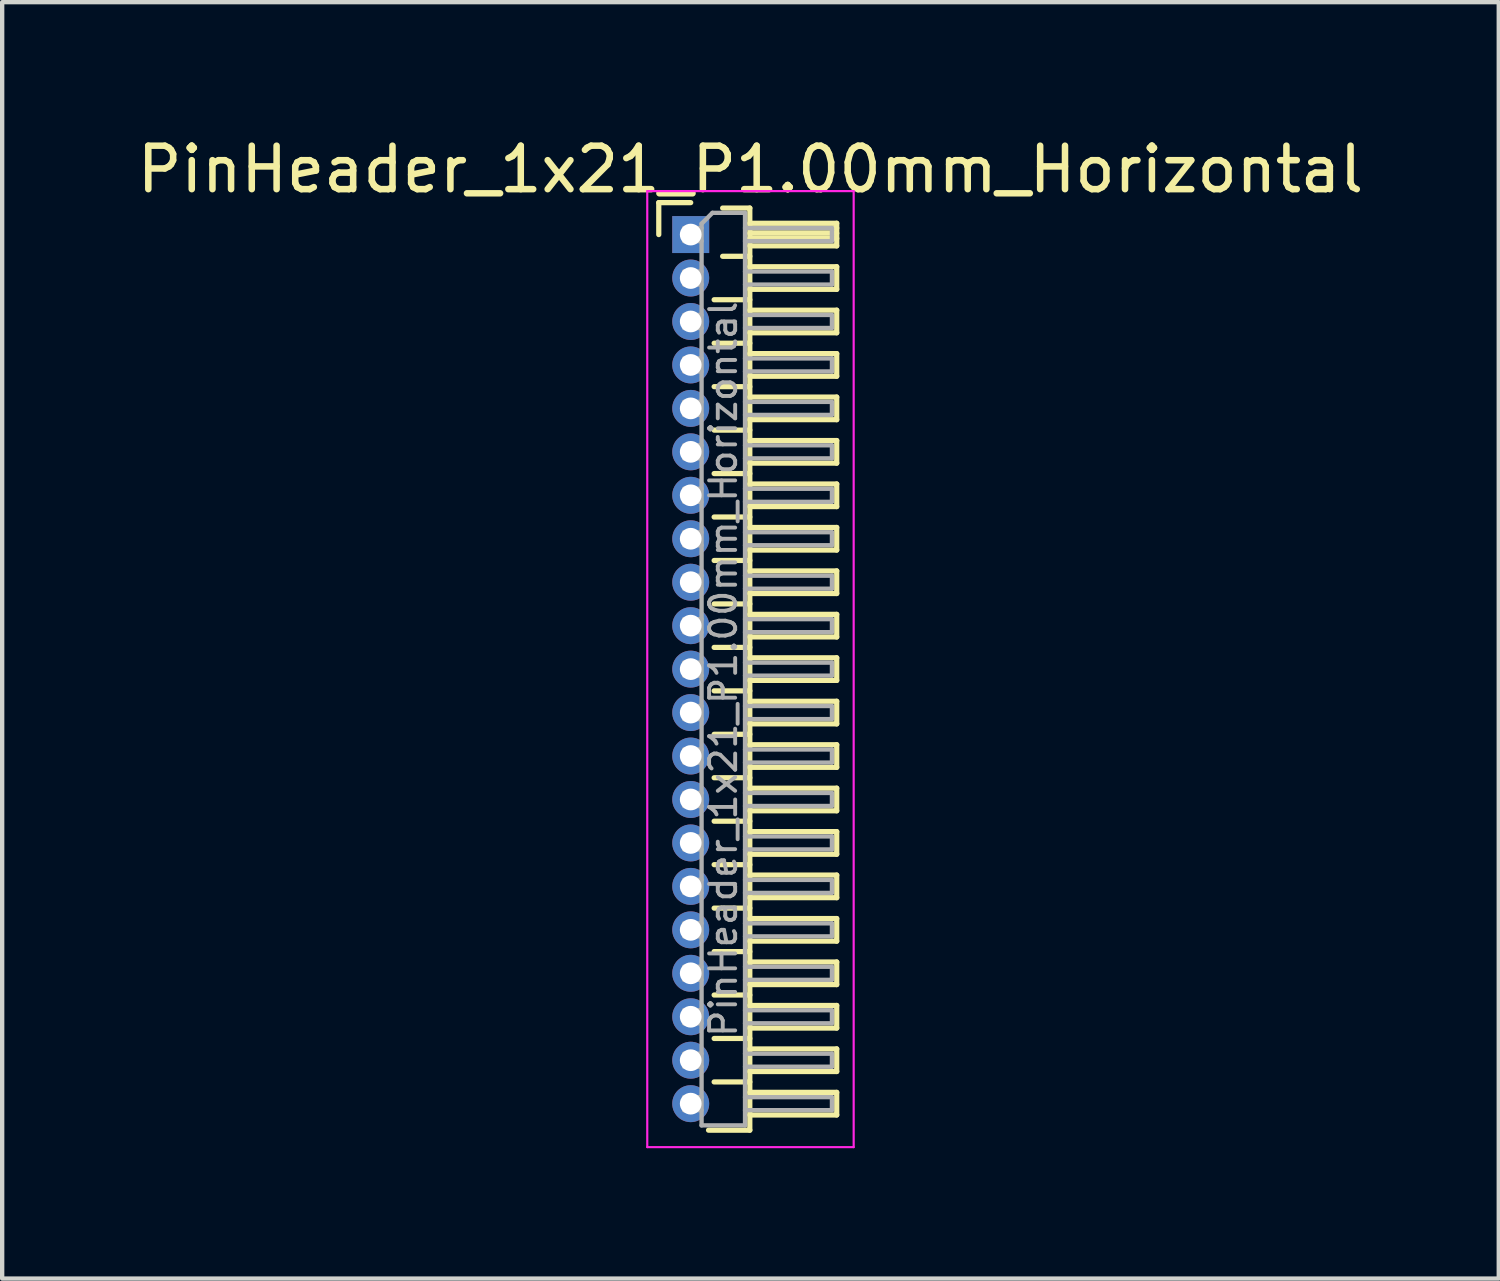
<source format=kicad_pcb>
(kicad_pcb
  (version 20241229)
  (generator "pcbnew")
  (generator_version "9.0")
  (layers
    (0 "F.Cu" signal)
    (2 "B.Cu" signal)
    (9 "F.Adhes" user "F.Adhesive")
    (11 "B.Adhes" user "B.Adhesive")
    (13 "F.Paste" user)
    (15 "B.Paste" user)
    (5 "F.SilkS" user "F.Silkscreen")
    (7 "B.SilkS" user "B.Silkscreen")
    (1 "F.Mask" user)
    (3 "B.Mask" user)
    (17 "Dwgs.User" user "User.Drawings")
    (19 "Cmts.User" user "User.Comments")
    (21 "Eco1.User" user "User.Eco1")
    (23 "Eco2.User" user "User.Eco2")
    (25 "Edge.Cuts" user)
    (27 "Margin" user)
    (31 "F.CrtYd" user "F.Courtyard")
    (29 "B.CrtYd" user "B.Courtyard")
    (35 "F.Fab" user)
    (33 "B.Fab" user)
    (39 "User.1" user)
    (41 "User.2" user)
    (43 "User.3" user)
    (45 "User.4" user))
  (footprint "PinHeader_1x21_P1.00mm_Horizontal"
    (layer "F.Cu")
    (at 12.845 2.348)
    (property "Reference" "PinHeader_1x21_P1.00mm_Horizontal" (at 1.375 -1.5 0) (layer "F.SilkS") (effects (font (size 1 1) (thickness 0.15))))
    (attr through_hole)
    (fp_line (start -0.735 -0.735) (end 0 -0.735) (stroke (width 0.12) (type solid)) (layer "F.SilkS"))
    (fp_line (start -0.735 0) (end -0.735 -0.735) (stroke (width 0.12) (type solid)) (layer "F.SilkS"))
    (fp_line (start 0.539 1.5) (end 1.36 1.5) (stroke (width 0.12) (type solid)) (layer "F.SilkS"))
    (fp_line (start 0.539 2.5) (end 1.36 2.5) (stroke (width 0.12) (type solid)) (layer "F.SilkS"))
    (fp_line (start 0.539 3.5) (end 1.36 3.5) (stroke (width 0.12) (type solid)) (layer "F.SilkS"))
    (fp_line (start 0.539 4.5) (end 1.36 4.5) (stroke (width 0.12) (type solid)) (layer "F.SilkS"))
    (fp_line (start 0.539 5.5) (end 1.36 5.5) (stroke (width 0.12) (type solid)) (layer "F.SilkS"))
    (fp_line (start 0.539 6.5) (end 1.36 6.5) (stroke (width 0.12) (type solid)) (layer "F.SilkS"))
    (fp_line (start 0.539 7.5) (end 1.36 7.5) (stroke (width 0.12) (type solid)) (layer "F.SilkS"))
    (fp_line (start 0.539 8.5) (end 1.36 8.5) (stroke (width 0.12) (type solid)) (layer "F.SilkS"))
    (fp_line (start 0.539 9.5) (end 1.36 9.5) (stroke (width 0.12) (type solid)) (layer "F.SilkS"))
    (fp_line (start 0.539 10.5) (end 1.36 10.5) (stroke (width 0.12) (type solid)) (layer "F.SilkS"))
    (fp_line (start 0.539 11.5) (end 1.36 11.5) (stroke (width 0.12) (type solid)) (layer "F.SilkS"))
    (fp_line (start 0.539 12.5) (end 1.36 12.5) (stroke (width 0.12) (type solid)) (layer "F.SilkS"))
    (fp_line (start 0.539 13.5) (end 1.36 13.5) (stroke (width 0.12) (type solid)) (layer "F.SilkS"))
    (fp_line (start 0.539 14.5) (end 1.36 14.5) (stroke (width 0.12) (type solid)) (layer "F.SilkS"))
    (fp_line (start 0.539 15.5) (end 1.36 15.5) (stroke (width 0.12) (type solid)) (layer "F.SilkS"))
    (fp_line (start 0.539 16.5) (end 1.36 16.5) (stroke (width 0.12) (type solid)) (layer "F.SilkS"))
    (fp_line (start 0.539 17.5) (end 1.36 17.5) (stroke (width 0.12) (type solid)) (layer "F.SilkS"))
    (fp_line (start 0.539 18.5) (end 1.36 18.5) (stroke (width 0.12) (type solid)) (layer "F.SilkS"))
    (fp_line (start 0.539 19.5) (end 1.36 19.5) (stroke (width 0.12) (type solid)) (layer "F.SilkS"))
    (fp_line (start 0.735 -0.61) (end 1.36 -0.61) (stroke (width 0.12) (type solid)) (layer "F.SilkS"))
    (fp_line (start 0.735 0.5) (end 1.36 0.5) (stroke (width 0.12) (type solid)) (layer "F.SilkS"))
    (fp_line (start 1.36 -0.61) (end 1.36 20.61) (stroke (width 0.12) (type solid)) (layer "F.SilkS"))
    (fp_line (start 1.36 -0.26) (end 3.36 -0.26) (stroke (width 0.12) (type solid)) (layer "F.SilkS"))
    (fp_line (start 1.36 -0.15) (end 3.36 -0.15) (stroke (width 0.12) (type solid)) (layer "F.SilkS"))
    (fp_line (start 1.36 -0.03) (end 3.36 -0.03) (stroke (width 0.12) (type solid)) (layer "F.SilkS"))
    (fp_line (start 1.36 0.09) (end 3.36 0.09) (stroke (width 0.12) (type solid)) (layer "F.SilkS"))
    (fp_line (start 1.36 0.74) (end 3.36 0.74) (stroke (width 0.12) (type solid)) (layer "F.SilkS"))
    (fp_line (start 1.36 1.74) (end 3.36 1.74) (stroke (width 0.12) (type solid)) (layer "F.SilkS"))
    (fp_line (start 1.36 2.74) (end 3.36 2.74) (stroke (width 0.12) (type solid)) (layer "F.SilkS"))
    (fp_line (start 1.36 3.74) (end 3.36 3.74) (stroke (width 0.12) (type solid)) (layer "F.SilkS"))
    (fp_line (start 1.36 4.74) (end 3.36 4.74) (stroke (width 0.12) (type solid)) (layer "F.SilkS"))
    (fp_line (start 1.36 5.74) (end 3.36 5.74) (stroke (width 0.12) (type solid)) (layer "F.SilkS"))
    (fp_line (start 1.36 6.74) (end 3.36 6.74) (stroke (width 0.12) (type solid)) (layer "F.SilkS"))
    (fp_line (start 1.36 7.74) (end 3.36 7.74) (stroke (width 0.12) (type solid)) (layer "F.SilkS"))
    (fp_line (start 1.36 8.74) (end 3.36 8.74) (stroke (width 0.12) (type solid)) (layer "F.SilkS"))
    (fp_line (start 1.36 9.74) (end 3.36 9.74) (stroke (width 0.12) (type solid)) (layer "F.SilkS"))
    (fp_line (start 1.36 10.74) (end 3.36 10.74) (stroke (width 0.12) (type solid)) (layer "F.SilkS"))
    (fp_line (start 1.36 11.74) (end 3.36 11.74) (stroke (width 0.12) (type solid)) (layer "F.SilkS"))
    (fp_line (start 1.36 12.74) (end 3.36 12.74) (stroke (width 0.12) (type solid)) (layer "F.SilkS"))
    (fp_line (start 1.36 13.74) (end 3.36 13.74) (stroke (width 0.12) (type solid)) (layer "F.SilkS"))
    (fp_line (start 1.36 14.74) (end 3.36 14.74) (stroke (width 0.12) (type solid)) (layer "F.SilkS"))
    (fp_line (start 1.36 15.74) (end 3.36 15.74) (stroke (width 0.12) (type solid)) (layer "F.SilkS"))
    (fp_line (start 1.36 16.74) (end 3.36 16.74) (stroke (width 0.12) (type solid)) (layer "F.SilkS"))
    (fp_line (start 1.36 17.74) (end 3.36 17.74) (stroke (width 0.12) (type solid)) (layer "F.SilkS"))
    (fp_line (start 1.36 18.74) (end 3.36 18.74) (stroke (width 0.12) (type solid)) (layer "F.SilkS"))
    (fp_line (start 1.36 19.74) (end 3.36 19.74) (stroke (width 0.12) (type solid)) (layer "F.SilkS"))
    (fp_line (start 1.36 20.61) (end 0.41 20.61) (stroke (width 0.12) (type solid)) (layer "F.SilkS"))
    (fp_line (start 3.36 -0.26) (end 3.36 0.26) (stroke (width 0.12) (type solid)) (layer "F.SilkS"))
    (fp_line (start 3.36 0.26) (end 1.36 0.26) (stroke (width 0.12) (type solid)) (layer "F.SilkS"))
    (fp_line (start 3.36 0.74) (end 3.36 1.26) (stroke (width 0.12) (type solid)) (layer "F.SilkS"))
    (fp_line (start 3.36 1.26) (end 1.36 1.26) (stroke (width 0.12) (type solid)) (layer "F.SilkS"))
    (fp_line (start 3.36 1.74) (end 3.36 2.26) (stroke (width 0.12) (type solid)) (layer "F.SilkS"))
    (fp_line (start 3.36 2.26) (end 1.36 2.26) (stroke (width 0.12) (type solid)) (layer "F.SilkS"))
    (fp_line (start 3.36 2.74) (end 3.36 3.26) (stroke (width 0.12) (type solid)) (layer "F.SilkS"))
    (fp_line (start 3.36 3.26) (end 1.36 3.26) (stroke (width 0.12) (type solid)) (layer "F.SilkS"))
    (fp_line (start 3.36 3.74) (end 3.36 4.26) (stroke (width 0.12) (type solid)) (layer "F.SilkS"))
    (fp_line (start 3.36 4.26) (end 1.36 4.26) (stroke (width 0.12) (type solid)) (layer "F.SilkS"))
    (fp_line (start 3.36 4.74) (end 3.36 5.26) (stroke (width 0.12) (type solid)) (layer "F.SilkS"))
    (fp_line (start 3.36 5.26) (end 1.36 5.26) (stroke (width 0.12) (type solid)) (layer "F.SilkS"))
    (fp_line (start 3.36 5.74) (end 3.36 6.26) (stroke (width 0.12) (type solid)) (layer "F.SilkS"))
    (fp_line (start 3.36 6.26) (end 1.36 6.26) (stroke (width 0.12) (type solid)) (layer "F.SilkS"))
    (fp_line (start 3.36 6.74) (end 3.36 7.26) (stroke (width 0.12) (type solid)) (layer "F.SilkS"))
    (fp_line (start 3.36 7.26) (end 1.36 7.26) (stroke (width 0.12) (type solid)) (layer "F.SilkS"))
    (fp_line (start 3.36 7.74) (end 3.36 8.26) (stroke (width 0.12) (type solid)) (layer "F.SilkS"))
    (fp_line (start 3.36 8.26) (end 1.36 8.26) (stroke (width 0.12) (type solid)) (layer "F.SilkS"))
    (fp_line (start 3.36 8.74) (end 3.36 9.26) (stroke (width 0.12) (type solid)) (layer "F.SilkS"))
    (fp_line (start 3.36 9.26) (end 1.36 9.26) (stroke (width 0.12) (type solid)) (layer "F.SilkS"))
    (fp_line (start 3.36 9.74) (end 3.36 10.26) (stroke (width 0.12) (type solid)) (layer "F.SilkS"))
    (fp_line (start 3.36 10.26) (end 1.36 10.26) (stroke (width 0.12) (type solid)) (layer "F.SilkS"))
    (fp_line (start 3.36 10.74) (end 3.36 11.26) (stroke (width 0.12) (type solid)) (layer "F.SilkS"))
    (fp_line (start 3.36 11.26) (end 1.36 11.26) (stroke (width 0.12) (type solid)) (layer "F.SilkS"))
    (fp_line (start 3.36 11.74) (end 3.36 12.26) (stroke (width 0.12) (type solid)) (layer "F.SilkS"))
    (fp_line (start 3.36 12.26) (end 1.36 12.26) (stroke (width 0.12) (type solid)) (layer "F.SilkS"))
    (fp_line (start 3.36 12.74) (end 3.36 13.26) (stroke (width 0.12) (type solid)) (layer "F.SilkS"))
    (fp_line (start 3.36 13.26) (end 1.36 13.26) (stroke (width 0.12) (type solid)) (layer "F.SilkS"))
    (fp_line (start 3.36 13.74) (end 3.36 14.26) (stroke (width 0.12) (type solid)) (layer "F.SilkS"))
    (fp_line (start 3.36 14.26) (end 1.36 14.26) (stroke (width 0.12) (type solid)) (layer "F.SilkS"))
    (fp_line (start 3.36 14.74) (end 3.36 15.26) (stroke (width 0.12) (type solid)) (layer "F.SilkS"))
    (fp_line (start 3.36 15.26) (end 1.36 15.26) (stroke (width 0.12) (type solid)) (layer "F.SilkS"))
    (fp_line (start 3.36 15.74) (end 3.36 16.26) (stroke (width 0.12) (type solid)) (layer "F.SilkS"))
    (fp_line (start 3.36 16.26) (end 1.36 16.26) (stroke (width 0.12) (type solid)) (layer "F.SilkS"))
    (fp_line (start 3.36 16.74) (end 3.36 17.26) (stroke (width 0.12) (type solid)) (layer "F.SilkS"))
    (fp_line (start 3.36 17.26) (end 1.36 17.26) (stroke (width 0.12) (type solid)) (layer "F.SilkS"))
    (fp_line (start 3.36 17.74) (end 3.36 18.26) (stroke (width 0.12) (type solid)) (layer "F.SilkS"))
    (fp_line (start 3.36 18.26) (end 1.36 18.26) (stroke (width 0.12) (type solid)) (layer "F.SilkS"))
    (fp_line (start 3.36 18.74) (end 3.36 19.26) (stroke (width 0.12) (type solid)) (layer "F.SilkS"))
    (fp_line (start 3.36 19.26) (end 1.36 19.26) (stroke (width 0.12) (type solid)) (layer "F.SilkS"))
    (fp_line (start 3.36 19.74) (end 3.36 20.26) (stroke (width 0.12) (type solid)) (layer "F.SilkS"))
    (fp_line (start 3.36 20.26) (end 1.36 20.26) (stroke (width 0.12) (type solid)) (layer "F.SilkS"))
    (fp_line (start -1 -1) (end -1 21) (stroke (width 0.05) (type solid)) (layer "F.CrtYd"))
    (fp_line (start -1 21) (end 3.75 21) (stroke (width 0.05) (type solid)) (layer "F.CrtYd"))
    (fp_line (start 3.75 -1) (end -1 -1) (stroke (width 0.05) (type solid)) (layer "F.CrtYd"))
    (fp_line (start 3.75 21) (end 3.75 -1) (stroke (width 0.05) (type solid)) (layer "F.CrtYd"))
    (fp_line (start -0.15 -0.15) (end -0.15 0.15) (stroke (width 0.1) (type solid)) (layer "F.Fab"))
    (fp_line (start -0.15 -0.15) (end 0.25 -0.15) (stroke (width 0.1) (type solid)) (layer "F.Fab"))
    (fp_line (start -0.15 0.15) (end 0.25 0.15) (stroke (width 0.1) (type solid)) (layer "F.Fab"))
    (fp_line (start -0.15 0.85) (end -0.15 1.15) (stroke (width 0.1) (type solid)) (layer "F.Fab"))
    (fp_line (start -0.15 0.85) (end 0.25 0.85) (stroke (width 0.1) (type solid)) (layer "F.Fab"))
    (fp_line (start -0.15 1.15) (end 0.25 1.15) (stroke (width 0.1) (type solid)) (layer "F.Fab"))
    (fp_line (start -0.15 1.85) (end -0.15 2.15) (stroke (width 0.1) (type solid)) (layer "F.Fab"))
    (fp_line (start -0.15 1.85) (end 0.25 1.85) (stroke (width 0.1) (type solid)) (layer "F.Fab"))
    (fp_line (start -0.15 2.15) (end 0.25 2.15) (stroke (width 0.1) (type solid)) (layer "F.Fab"))
    (fp_line (start -0.15 2.85) (end -0.15 3.15) (stroke (width 0.1) (type solid)) (layer "F.Fab"))
    (fp_line (start -0.15 2.85) (end 0.25 2.85) (stroke (width 0.1) (type solid)) (layer "F.Fab"))
    (fp_line (start -0.15 3.15) (end 0.25 3.15) (stroke (width 0.1) (type solid)) (layer "F.Fab"))
    (fp_line (start -0.15 3.85) (end -0.15 4.15) (stroke (width 0.1) (type solid)) (layer "F.Fab"))
    (fp_line (start -0.15 3.85) (end 0.25 3.85) (stroke (width 0.1) (type solid)) (layer "F.Fab"))
    (fp_line (start -0.15 4.15) (end 0.25 4.15) (stroke (width 0.1) (type solid)) (layer "F.Fab"))
    (fp_line (start -0.15 4.85) (end -0.15 5.15) (stroke (width 0.1) (type solid)) (layer "F.Fab"))
    (fp_line (start -0.15 4.85) (end 0.25 4.85) (stroke (width 0.1) (type solid)) (layer "F.Fab"))
    (fp_line (start -0.15 5.15) (end 0.25 5.15) (stroke (width 0.1) (type solid)) (layer "F.Fab"))
    (fp_line (start -0.15 5.85) (end -0.15 6.15) (stroke (width 0.1) (type solid)) (layer "F.Fab"))
    (fp_line (start -0.15 5.85) (end 0.25 5.85) (stroke (width 0.1) (type solid)) (layer "F.Fab"))
    (fp_line (start -0.15 6.15) (end 0.25 6.15) (stroke (width 0.1) (type solid)) (layer "F.Fab"))
    (fp_line (start -0.15 6.85) (end -0.15 7.15) (stroke (width 0.1) (type solid)) (layer "F.Fab"))
    (fp_line (start -0.15 6.85) (end 0.25 6.85) (stroke (width 0.1) (type solid)) (layer "F.Fab"))
    (fp_line (start -0.15 7.15) (end 0.25 7.15) (stroke (width 0.1) (type solid)) (layer "F.Fab"))
    (fp_line (start -0.15 7.85) (end -0.15 8.15) (stroke (width 0.1) (type solid)) (layer "F.Fab"))
    (fp_line (start -0.15 7.85) (end 0.25 7.85) (stroke (width 0.1) (type solid)) (layer "F.Fab"))
    (fp_line (start -0.15 8.15) (end 0.25 8.15) (stroke (width 0.1) (type solid)) (layer "F.Fab"))
    (fp_line (start -0.15 8.85) (end -0.15 9.15) (stroke (width 0.1) (type solid)) (layer "F.Fab"))
    (fp_line (start -0.15 8.85) (end 0.25 8.85) (stroke (width 0.1) (type solid)) (layer "F.Fab"))
    (fp_line (start -0.15 9.15) (end 0.25 9.15) (stroke (width 0.1) (type solid)) (layer "F.Fab"))
    (fp_line (start -0.15 9.85) (end -0.15 10.15) (stroke (width 0.1) (type solid)) (layer "F.Fab"))
    (fp_line (start -0.15 9.85) (end 0.25 9.85) (stroke (width 0.1) (type solid)) (layer "F.Fab"))
    (fp_line (start -0.15 10.15) (end 0.25 10.15) (stroke (width 0.1) (type solid)) (layer "F.Fab"))
    (fp_line (start -0.15 10.85) (end -0.15 11.15) (stroke (width 0.1) (type solid)) (layer "F.Fab"))
    (fp_line (start -0.15 10.85) (end 0.25 10.85) (stroke (width 0.1) (type solid)) (layer "F.Fab"))
    (fp_line (start -0.15 11.15) (end 0.25 11.15) (stroke (width 0.1) (type solid)) (layer "F.Fab"))
    (fp_line (start -0.15 11.85) (end -0.15 12.15) (stroke (width 0.1) (type solid)) (layer "F.Fab"))
    (fp_line (start -0.15 11.85) (end 0.25 11.85) (stroke (width 0.1) (type solid)) (layer "F.Fab"))
    (fp_line (start -0.15 12.15) (end 0.25 12.15) (stroke (width 0.1) (type solid)) (layer "F.Fab"))
    (fp_line (start -0.15 12.85) (end -0.15 13.15) (stroke (width 0.1) (type solid)) (layer "F.Fab"))
    (fp_line (start -0.15 12.85) (end 0.25 12.85) (stroke (width 0.1) (type solid)) (layer "F.Fab"))
    (fp_line (start -0.15 13.15) (end 0.25 13.15) (stroke (width 0.1) (type solid)) (layer "F.Fab"))
    (fp_line (start -0.15 13.85) (end -0.15 14.15) (stroke (width 0.1) (type solid)) (layer "F.Fab"))
    (fp_line (start -0.15 13.85) (end 0.25 13.85) (stroke (width 0.1) (type solid)) (layer "F.Fab"))
    (fp_line (start -0.15 14.15) (end 0.25 14.15) (stroke (width 0.1) (type solid)) (layer "F.Fab"))
    (fp_line (start -0.15 14.85) (end -0.15 15.15) (stroke (width 0.1) (type solid)) (layer "F.Fab"))
    (fp_line (start -0.15 14.85) (end 0.25 14.85) (stroke (width 0.1) (type solid)) (layer "F.Fab"))
    (fp_line (start -0.15 15.15) (end 0.25 15.15) (stroke (width 0.1) (type solid)) (layer "F.Fab"))
    (fp_line (start -0.15 15.85) (end -0.15 16.15) (stroke (width 0.1) (type solid)) (layer "F.Fab"))
    (fp_line (start -0.15 15.85) (end 0.25 15.85) (stroke (width 0.1) (type solid)) (layer "F.Fab"))
    (fp_line (start -0.15 16.15) (end 0.25 16.15) (stroke (width 0.1) (type solid)) (layer "F.Fab"))
    (fp_line (start -0.15 16.85) (end -0.15 17.15) (stroke (width 0.1) (type solid)) (layer "F.Fab"))
    (fp_line (start -0.15 16.85) (end 0.25 16.85) (stroke (width 0.1) (type solid)) (layer "F.Fab"))
    (fp_line (start -0.15 17.15) (end 0.25 17.15) (stroke (width 0.1) (type solid)) (layer "F.Fab"))
    (fp_line (start -0.15 17.85) (end -0.15 18.15) (stroke (width 0.1) (type solid)) (layer "F.Fab"))
    (fp_line (start -0.15 17.85) (end 0.25 17.85) (stroke (width 0.1) (type solid)) (layer "F.Fab"))
    (fp_line (start -0.15 18.15) (end 0.25 18.15) (stroke (width 0.1) (type solid)) (layer "F.Fab"))
    (fp_line (start -0.15 18.85) (end -0.15 19.15) (stroke (width 0.1) (type solid)) (layer "F.Fab"))
    (fp_line (start -0.15 18.85) (end 0.25 18.85) (stroke (width 0.1) (type solid)) (layer "F.Fab"))
    (fp_line (start -0.15 19.15) (end 0.25 19.15) (stroke (width 0.1) (type solid)) (layer "F.Fab"))
    (fp_line (start -0.15 19.85) (end -0.15 20.15) (stroke (width 0.1) (type solid)) (layer "F.Fab"))
    (fp_line (start -0.15 19.85) (end 0.25 19.85) (stroke (width 0.1) (type solid)) (layer "F.Fab"))
    (fp_line (start -0.15 20.15) (end 0.25 20.15) (stroke (width 0.1) (type solid)) (layer "F.Fab"))
    (fp_line (start 0.25 -0.25) (end 0.5 -0.5) (stroke (width 0.1) (type solid)) (layer "F.Fab"))
    (fp_line (start 0.25 20.5) (end 0.25 -0.25) (stroke (width 0.1) (type solid)) (layer "F.Fab"))
    (fp_line (start 0.5 -0.5) (end 1.25 -0.5) (stroke (width 0.1) (type solid)) (layer "F.Fab"))
    (fp_line (start 1.25 -0.5) (end 1.25 20.5) (stroke (width 0.1) (type solid)) (layer "F.Fab"))
    (fp_line (start 1.25 -0.15) (end 3.25 -0.15) (stroke (width 0.1) (type solid)) (layer "F.Fab"))
    (fp_line (start 1.25 0.15) (end 3.25 0.15) (stroke (width 0.1) (type solid)) (layer "F.Fab"))
    (fp_line (start 1.25 0.85) (end 3.25 0.85) (stroke (width 0.1) (type solid)) (layer "F.Fab"))
    (fp_line (start 1.25 1.15) (end 3.25 1.15) (stroke (width 0.1) (type solid)) (layer "F.Fab"))
    (fp_line (start 1.25 1.85) (end 3.25 1.85) (stroke (width 0.1) (type solid)) (layer "F.Fab"))
    (fp_line (start 1.25 2.15) (end 3.25 2.15) (stroke (width 0.1) (type solid)) (layer "F.Fab"))
    (fp_line (start 1.25 2.85) (end 3.25 2.85) (stroke (width 0.1) (type solid)) (layer "F.Fab"))
    (fp_line (start 1.25 3.15) (end 3.25 3.15) (stroke (width 0.1) (type solid)) (layer "F.Fab"))
    (fp_line (start 1.25 3.85) (end 3.25 3.85) (stroke (width 0.1) (type solid)) (layer "F.Fab"))
    (fp_line (start 1.25 4.15) (end 3.25 4.15) (stroke (width 0.1) (type solid)) (layer "F.Fab"))
    (fp_line (start 1.25 4.85) (end 3.25 4.85) (stroke (width 0.1) (type solid)) (layer "F.Fab"))
    (fp_line (start 1.25 5.15) (end 3.25 5.15) (stroke (width 0.1) (type solid)) (layer "F.Fab"))
    (fp_line (start 1.25 5.85) (end 3.25 5.85) (stroke (width 0.1) (type solid)) (layer "F.Fab"))
    (fp_line (start 1.25 6.15) (end 3.25 6.15) (stroke (width 0.1) (type solid)) (layer "F.Fab"))
    (fp_line (start 1.25 6.85) (end 3.25 6.85) (stroke (width 0.1) (type solid)) (layer "F.Fab"))
    (fp_line (start 1.25 7.15) (end 3.25 7.15) (stroke (width 0.1) (type solid)) (layer "F.Fab"))
    (fp_line (start 1.25 7.85) (end 3.25 7.85) (stroke (width 0.1) (type solid)) (layer "F.Fab"))
    (fp_line (start 1.25 8.15) (end 3.25 8.15) (stroke (width 0.1) (type solid)) (layer "F.Fab"))
    (fp_line (start 1.25 8.85) (end 3.25 8.85) (stroke (width 0.1) (type solid)) (layer "F.Fab"))
    (fp_line (start 1.25 9.15) (end 3.25 9.15) (stroke (width 0.1) (type solid)) (layer "F.Fab"))
    (fp_line (start 1.25 9.85) (end 3.25 9.85) (stroke (width 0.1) (type solid)) (layer "F.Fab"))
    (fp_line (start 1.25 10.15) (end 3.25 10.15) (stroke (width 0.1) (type solid)) (layer "F.Fab"))
    (fp_line (start 1.25 10.85) (end 3.25 10.85) (stroke (width 0.1) (type solid)) (layer "F.Fab"))
    (fp_line (start 1.25 11.15) (end 3.25 11.15) (stroke (width 0.1) (type solid)) (layer "F.Fab"))
    (fp_line (start 1.25 11.85) (end 3.25 11.85) (stroke (width 0.1) (type solid)) (layer "F.Fab"))
    (fp_line (start 1.25 12.15) (end 3.25 12.15) (stroke (width 0.1) (type solid)) (layer "F.Fab"))
    (fp_line (start 1.25 12.85) (end 3.25 12.85) (stroke (width 0.1) (type solid)) (layer "F.Fab"))
    (fp_line (start 1.25 13.15) (end 3.25 13.15) (stroke (width 0.1) (type solid)) (layer "F.Fab"))
    (fp_line (start 1.25 13.85) (end 3.25 13.85) (stroke (width 0.1) (type solid)) (layer "F.Fab"))
    (fp_line (start 1.25 14.15) (end 3.25 14.15) (stroke (width 0.1) (type solid)) (layer "F.Fab"))
    (fp_line (start 1.25 14.85) (end 3.25 14.85) (stroke (width 0.1) (type solid)) (layer "F.Fab"))
    (fp_line (start 1.25 15.15) (end 3.25 15.15) (stroke (width 0.1) (type solid)) (layer "F.Fab"))
    (fp_line (start 1.25 15.85) (end 3.25 15.85) (stroke (width 0.1) (type solid)) (layer "F.Fab"))
    (fp_line (start 1.25 16.15) (end 3.25 16.15) (stroke (width 0.1) (type solid)) (layer "F.Fab"))
    (fp_line (start 1.25 16.85) (end 3.25 16.85) (stroke (width 0.1) (type solid)) (layer "F.Fab"))
    (fp_line (start 1.25 17.15) (end 3.25 17.15) (stroke (width 0.1) (type solid)) (layer "F.Fab"))
    (fp_line (start 1.25 17.85) (end 3.25 17.85) (stroke (width 0.1) (type solid)) (layer "F.Fab"))
    (fp_line (start 1.25 18.15) (end 3.25 18.15) (stroke (width 0.1) (type solid)) (layer "F.Fab"))
    (fp_line (start 1.25 18.85) (end 3.25 18.85) (stroke (width 0.1) (type solid)) (layer "F.Fab"))
    (fp_line (start 1.25 19.15) (end 3.25 19.15) (stroke (width 0.1) (type solid)) (layer "F.Fab"))
    (fp_line (start 1.25 19.85) (end 3.25 19.85) (stroke (width 0.1) (type solid)) (layer "F.Fab"))
    (fp_line (start 1.25 20.15) (end 3.25 20.15) (stroke (width 0.1) (type solid)) (layer "F.Fab"))
    (fp_line (start 1.25 20.5) (end 0.25 20.5) (stroke (width 0.1) (type solid)) (layer "F.Fab"))
    (fp_line (start 3.25 -0.15) (end 3.25 0.15) (stroke (width 0.1) (type solid)) (layer "F.Fab"))
    (fp_line (start 3.25 0.85) (end 3.25 1.15) (stroke (width 0.1) (type solid)) (layer "F.Fab"))
    (fp_line (start 3.25 1.85) (end 3.25 2.15) (stroke (width 0.1) (type solid)) (layer "F.Fab"))
    (fp_line (start 3.25 2.85) (end 3.25 3.15) (stroke (width 0.1) (type solid)) (layer "F.Fab"))
    (fp_line (start 3.25 3.85) (end 3.25 4.15) (stroke (width 0.1) (type solid)) (layer "F.Fab"))
    (fp_line (start 3.25 4.85) (end 3.25 5.15) (stroke (width 0.1) (type solid)) (layer "F.Fab"))
    (fp_line (start 3.25 5.85) (end 3.25 6.15) (stroke (width 0.1) (type solid)) (layer "F.Fab"))
    (fp_line (start 3.25 6.85) (end 3.25 7.15) (stroke (width 0.1) (type solid)) (layer "F.Fab"))
    (fp_line (start 3.25 7.85) (end 3.25 8.15) (stroke (width 0.1) (type solid)) (layer "F.Fab"))
    (fp_line (start 3.25 8.85) (end 3.25 9.15) (stroke (width 0.1) (type solid)) (layer "F.Fab"))
    (fp_line (start 3.25 9.85) (end 3.25 10.15) (stroke (width 0.1) (type solid)) (layer "F.Fab"))
    (fp_line (start 3.25 10.85) (end 3.25 11.15) (stroke (width 0.1) (type solid)) (layer "F.Fab"))
    (fp_line (start 3.25 11.85) (end 3.25 12.15) (stroke (width 0.1) (type solid)) (layer "F.Fab"))
    (fp_line (start 3.25 12.85) (end 3.25 13.15) (stroke (width 0.1) (type solid)) (layer "F.Fab"))
    (fp_line (start 3.25 13.85) (end 3.25 14.15) (stroke (width 0.1) (type solid)) (layer "F.Fab"))
    (fp_line (start 3.25 14.85) (end 3.25 15.15) (stroke (width 0.1) (type solid)) (layer "F.Fab"))
    (fp_line (start 3.25 15.85) (end 3.25 16.15) (stroke (width 0.1) (type solid)) (layer "F.Fab"))
    (fp_line (start 3.25 16.85) (end 3.25 17.15) (stroke (width 0.1) (type solid)) (layer "F.Fab"))
    (fp_line (start 3.25 17.85) (end 3.25 18.15) (stroke (width 0.1) (type solid)) (layer "F.Fab"))
    (fp_line (start 3.25 18.85) (end 3.25 19.15) (stroke (width 0.1) (type solid)) (layer "F.Fab"))
    (fp_line (start 3.25 19.85) (end 3.25 20.15) (stroke (width 0.1) (type solid)) (layer "F.Fab"))
    (fp_text user "${REFERENCE}" (at 0.75 10 90) (layer "F.Fab") (effects (font (size 0.6 0.6) (thickness 0.09))))
    (pad "1" thru_hole rect (at 0 0) (size 0.85 0.85) (drill 0.5) (layers "*.Cu" "*.Mask"))
    (pad "2" thru_hole circle (at 0 1) (size 0.85 0.85) (drill 0.5) (layers "*.Cu" "*.Mask"))
    (pad "3" thru_hole circle (at 0 2) (size 0.85 0.85) (drill 0.5) (layers "*.Cu" "*.Mask"))
    (pad "4" thru_hole circle (at 0 3) (size 0.85 0.85) (drill 0.5) (layers "*.Cu" "*.Mask"))
    (pad "5" thru_hole circle (at 0 4) (size 0.85 0.85) (drill 0.5) (layers "*.Cu" "*.Mask"))
    (pad "6" thru_hole circle (at 0 5) (size 0.85 0.85) (drill 0.5) (layers "*.Cu" "*.Mask"))
    (pad "7" thru_hole circle (at 0 6) (size 0.85 0.85) (drill 0.5) (layers "*.Cu" "*.Mask"))
    (pad "8" thru_hole circle (at 0 7) (size 0.85 0.85) (drill 0.5) (layers "*.Cu" "*.Mask"))
    (pad "9" thru_hole circle (at 0 8) (size 0.85 0.85) (drill 0.5) (layers "*.Cu" "*.Mask"))
    (pad "10" thru_hole circle (at 0 9) (size 0.85 0.85) (drill 0.5) (layers "*.Cu" "*.Mask"))
    (pad "11" thru_hole circle (at 0 10) (size 0.85 0.85) (drill 0.5) (layers "*.Cu" "*.Mask"))
    (pad "12" thru_hole circle (at 0 11) (size 0.85 0.85) (drill 0.5) (layers "*.Cu" "*.Mask"))
    (pad "13" thru_hole circle (at 0 12) (size 0.85 0.85) (drill 0.5) (layers "*.Cu" "*.Mask"))
    (pad "14" thru_hole circle (at 0 13) (size 0.85 0.85) (drill 0.5) (layers "*.Cu" "*.Mask"))
    (pad "15" thru_hole circle (at 0 14) (size 0.85 0.85) (drill 0.5) (layers "*.Cu" "*.Mask"))
    (pad "16" thru_hole circle (at 0 15) (size 0.85 0.85) (drill 0.5) (layers "*.Cu" "*.Mask"))
    (pad "17" thru_hole circle (at 0 16) (size 0.85 0.85) (drill 0.5) (layers "*.Cu" "*.Mask"))
    (pad "18" thru_hole circle (at 0 17) (size 0.85 0.85) (drill 0.5) (layers "*.Cu" "*.Mask"))
    (pad "19" thru_hole circle (at 0 18) (size 0.85 0.85) (drill 0.5) (layers "*.Cu" "*.Mask"))
    (pad "20" thru_hole circle (at 0 19) (size 0.85 0.85) (drill 0.5) (layers "*.Cu" "*.Mask"))
    (pad "21" thru_hole circle (at 0 20) (size 0.85 0.85) (drill 0.5) (layers "*.Cu" "*.Mask")))
  (gr_rect
    (start -3 -3)
    (end 31.44 26.373)
    (stroke (width 0.1) (type default))
    (fill no)
    (layer "Edge.Cuts")))
</source>
